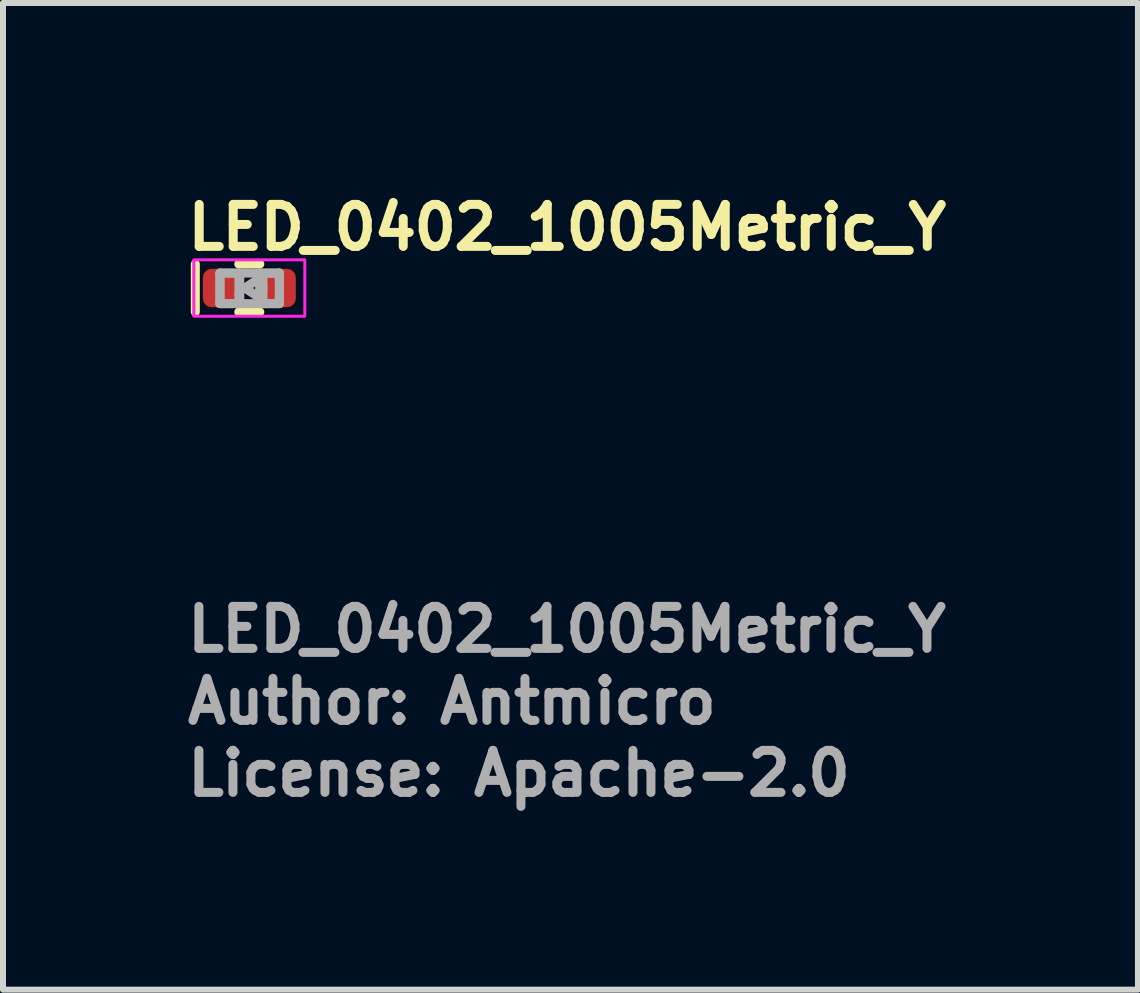
<source format=kicad_pcb>
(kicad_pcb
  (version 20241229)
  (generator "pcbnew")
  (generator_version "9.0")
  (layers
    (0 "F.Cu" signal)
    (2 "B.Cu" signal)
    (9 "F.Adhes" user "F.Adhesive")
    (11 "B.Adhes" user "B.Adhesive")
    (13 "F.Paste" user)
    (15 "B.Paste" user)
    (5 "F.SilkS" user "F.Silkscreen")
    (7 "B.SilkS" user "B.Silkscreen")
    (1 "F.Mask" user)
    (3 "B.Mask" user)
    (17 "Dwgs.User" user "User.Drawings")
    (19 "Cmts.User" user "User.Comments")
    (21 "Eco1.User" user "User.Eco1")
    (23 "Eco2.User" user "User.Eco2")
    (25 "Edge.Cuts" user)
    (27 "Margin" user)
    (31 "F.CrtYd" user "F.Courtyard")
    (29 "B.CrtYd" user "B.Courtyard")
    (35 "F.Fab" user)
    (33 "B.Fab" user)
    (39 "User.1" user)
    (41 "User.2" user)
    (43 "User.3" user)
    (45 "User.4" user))
  (footprint "LED_0402_1005Metric_Y"
    (layer "F.Cu")
    (at 1.105 1.75)
    (property "Reference" "LED_0402_1005Metric_Y" (at -1.1 -0.6 0) (unlocked yes) (layer "F.SilkS") (effects (font (size 0.7 0.7) (thickness 0.15)) (justify left bottom)))
    (attr smd)
    (fp_line (start -0.9 0.4) (end -0.9 -0.4) (stroke (width 0.15) (type solid)) (layer "F.SilkS"))
    (fp_line (start 0.175 -0.4) (end -0.175 -0.4) (stroke (width 0.15) (type solid)) (layer "F.SilkS"))
    (fp_line (start 0.175 0.4) (end -0.175 0.4) (stroke (width 0.15) (type solid)) (layer "F.SilkS"))
    (fp_rect (start 0.925 0.47) (end -0.925 -0.47) (stroke (width 0.05) (type default)) (fill no) (layer "F.CrtYd"))
    (fp_line (start -0.489 -0.248) (end -0.489 0.26) (stroke (width 0.15) (type solid)) (layer "F.Fab"))
    (fp_line (start -0.489 -0.248) (end -0.489 0.26) (stroke (width 0.15) (type solid)) (layer "F.Fab"))
    (fp_line (start -0.489 0.26) (end -0.158 0.26) (stroke (width 0.15) (type solid)) (layer "F.Fab"))
    (fp_line (start -0.489 0.26) (end 0.501 0.26) (stroke (width 0.15) (type solid)) (layer "F.Fab"))
    (fp_line (start -0.173 -0.202) (end -0.173 0.102) (stroke (width 0.15) (type solid)) (layer "F.Fab"))
    (fp_line (start -0.173 0.202) (end -0.173 0.102) (stroke (width 0.15) (type solid)) (layer "F.Fab"))
    (fp_line (start -0.158 -0.248) (end -0.489 -0.248) (stroke (width 0.15) (type solid)) (layer "F.Fab"))
    (fp_line (start -0.158 0.26) (end -0.158 -0.248) (stroke (width 0.15) (type solid)) (layer "F.Fab"))
    (fp_line (start -0.074 0) (end 0.228 0.202) (stroke (width 0.15) (type solid)) (layer "F.Fab"))
    (fp_line (start 0.172 -0.248) (end 0.172 0.26) (stroke (width 0.15) (type solid)) (layer "F.Fab"))
    (fp_line (start 0.172 0.26) (end 0.501 0.26) (stroke (width 0.15) (type solid)) (layer "F.Fab"))
    (fp_line (start 0.228 -0.202) (end -0.074 0) (stroke (width 0.15) (type solid)) (layer "F.Fab"))
    (fp_line (start 0.228 0) (end 0.228 -0.202) (stroke (width 0.15) (type solid)) (layer "F.Fab"))
    (fp_line (start 0.228 0.202) (end 0.228 0) (stroke (width 0.15) (type solid)) (layer "F.Fab"))
    (fp_line (start 0.501 -0.248) (end -0.489 -0.248) (stroke (width 0.15) (type solid)) (layer "F.Fab"))
    (fp_line (start 0.501 -0.248) (end 0.172 -0.248) (stroke (width 0.15) (type solid)) (layer "F.Fab"))
    (fp_line (start 0.501 0.26) (end 0.501 -0.248) (stroke (width 0.15) (type solid)) (layer "F.Fab"))
    (fp_line (start 0.501 0.26) (end 0.501 -0.248) (stroke (width 0.15) (type solid)) (layer "F.Fab"))
    (fp_rect (start 0.5 0.25) (end -0.498 -0.248) (stroke (width 0.1) (type solid)) (fill no) (layer "User.5"))
    (fp_line (start -0.498 -0.248) (end -0.498 0.25) (stroke (width 0.02) (type solid)) (layer "User.9"))
    (fp_line (start -0.498 0.25) (end 0.5 0.25) (stroke (width 0.02) (type solid)) (layer "User.9"))
    (fp_line (start 0.5 -0.248) (end -0.498 -0.248) (stroke (width 0.02) (type solid)) (layer "User.9"))
    (fp_line (start 0.5 0.25) (end 0.5 -0.248) (stroke (width 0.02) (type solid)) (layer "User.9"))
    (fp_text user "License: Apache-2.0" (at -1.105 8.499 0) (layer "F.Fab") (effects (font (size 0.7 0.7) (thickness 0.15)) (justify left bottom)))
    (fp_text user "Author: Antmicro" (at -1.105 7.299 0) (layer "F.Fab") (effects (font (size 0.7 0.7) (thickness 0.15)) (justify left bottom)))
    (fp_text user "${REFERENCE}" (at -1.105 6.099 0) (unlocked yes) (layer "F.Fab") (effects (font (size 0.7 0.7) (thickness 0.15)) (justify left bottom)))
    (pad "1" smd roundrect (at -0.48 0 180) (size 0.59 0.64) (layers "F.Cu" "F.Mask" "F.Paste") (roundrect_rratio 0.25))
    (pad "2" smd roundrect (at 0.48 0 180) (size 0.59 0.64) (layers "F.Cu" "F.Mask" "F.Paste") (roundrect_rratio 0.25)))
  (gr_rect
    (start -3 -3)
    (end 15.915 13.444)
    (stroke (width 0.1) (type default))
    (fill no)
    (layer "Edge.Cuts")))
</source>
